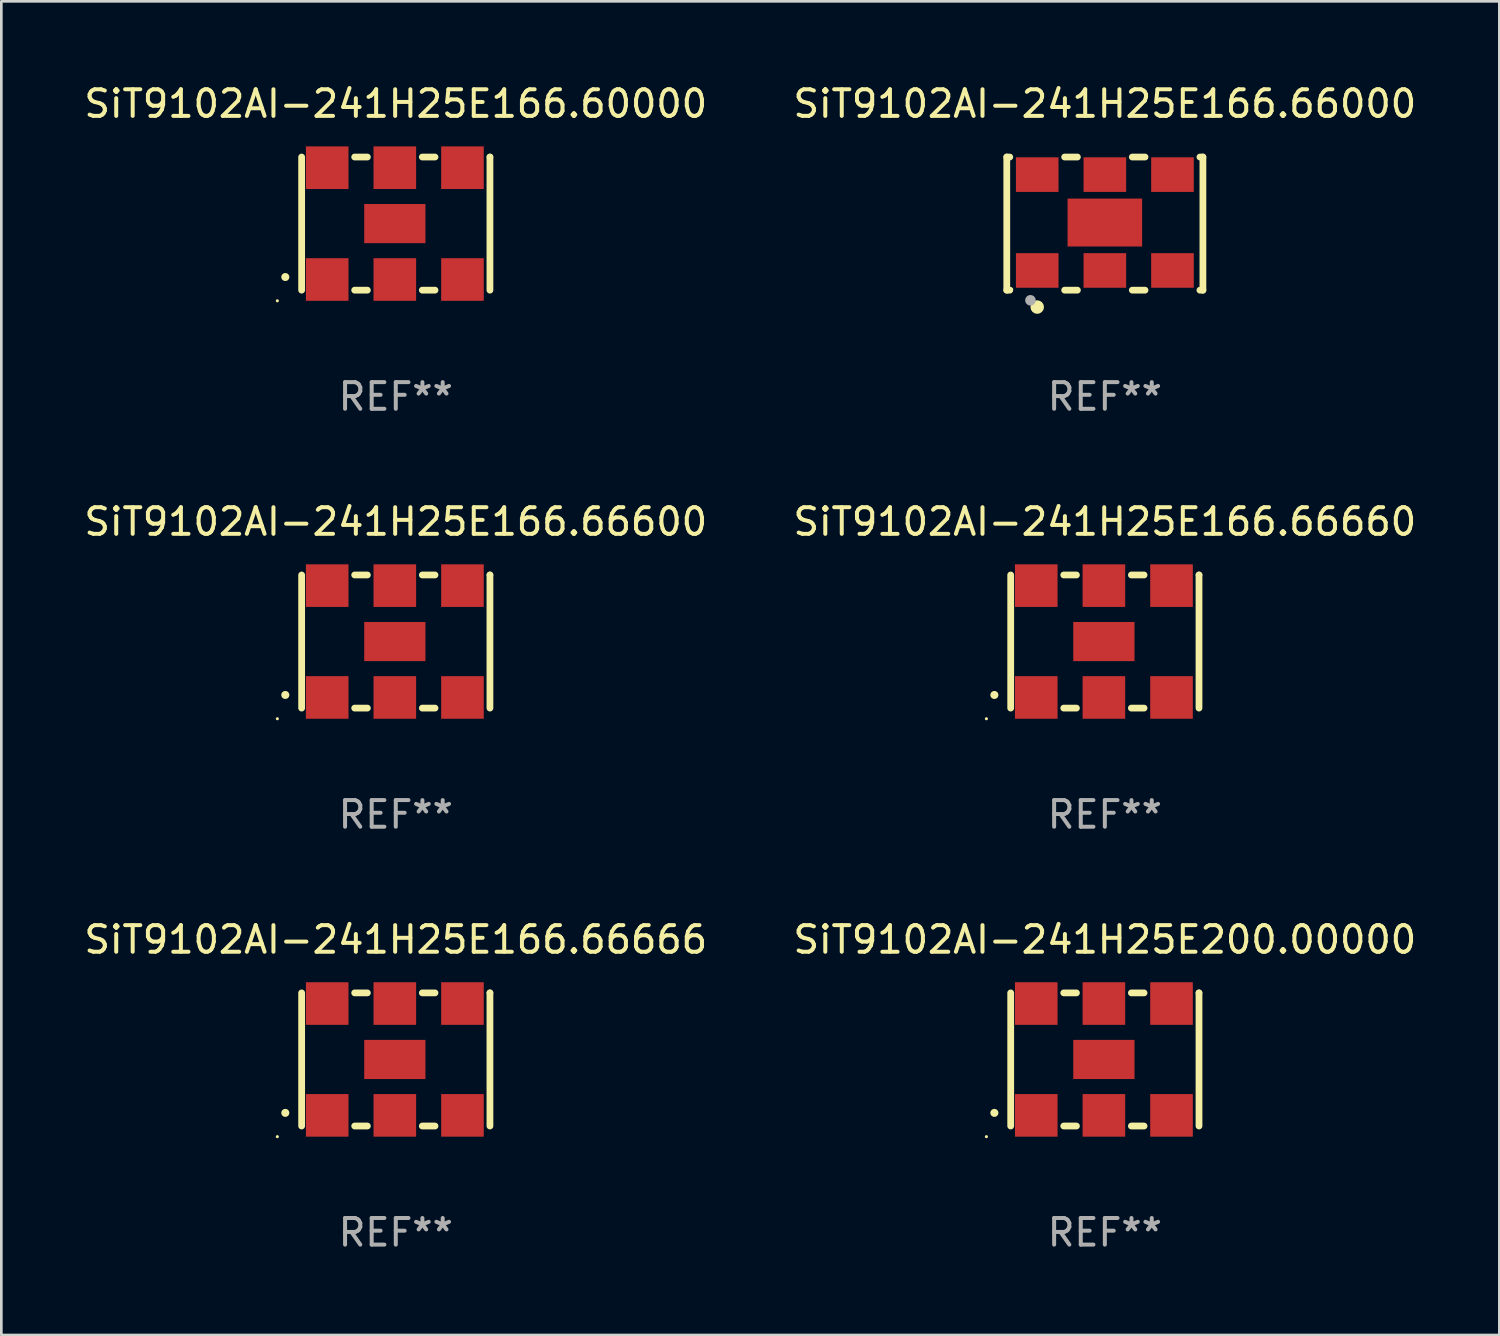
<source format=kicad_pcb>
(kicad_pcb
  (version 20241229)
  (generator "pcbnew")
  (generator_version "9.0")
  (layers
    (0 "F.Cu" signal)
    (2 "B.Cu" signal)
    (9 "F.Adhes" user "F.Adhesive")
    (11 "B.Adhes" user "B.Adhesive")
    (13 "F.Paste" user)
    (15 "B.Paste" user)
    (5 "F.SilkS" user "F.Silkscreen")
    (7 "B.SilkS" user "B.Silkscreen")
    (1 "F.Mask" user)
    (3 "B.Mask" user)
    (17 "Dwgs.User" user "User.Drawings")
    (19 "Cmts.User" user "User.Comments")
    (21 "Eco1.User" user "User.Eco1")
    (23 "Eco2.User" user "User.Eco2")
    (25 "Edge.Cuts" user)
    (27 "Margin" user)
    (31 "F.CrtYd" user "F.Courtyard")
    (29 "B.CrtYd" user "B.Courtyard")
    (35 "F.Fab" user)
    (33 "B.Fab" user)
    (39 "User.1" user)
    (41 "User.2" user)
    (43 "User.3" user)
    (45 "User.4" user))
  (footprint "SiT9102AI-241H25E166.66000"
    (layer "F.Cu")
    (at 38.446 5.348)
    (property "Reference" "SiT9102AI-241H25E166.66000" (at 0 -4.5 0) (layer "F.SilkS") (effects (font (size 1 1) (thickness 0.15))))
    (attr through_hole)
    (fp_line (start -3.683 -2.5) (end -3.571 -2.5) (stroke (width 0.254) (type solid)) (layer "F.SilkS"))
    (fp_line (start -3.683 2.5) (end -3.683 -2.5) (stroke (width 0.254) (type solid)) (layer "F.SilkS"))
    (fp_line (start -3.683 2.5) (end -3.571 2.5) (stroke (width 0.254) (type solid)) (layer "F.SilkS"))
    (fp_line (start -1.509 -2.5) (end -1.031 -2.5) (stroke (width 0.254) (type solid)) (layer "F.SilkS"))
    (fp_line (start -1.509 2.5) (end -1.031 2.5) (stroke (width 0.254) (type solid)) (layer "F.SilkS"))
    (fp_line (start 1.031 -2.5) (end 1.509 -2.5) (stroke (width 0.254) (type solid)) (layer "F.SilkS"))
    (fp_line (start 1.031 2.5) (end 1.509 2.5) (stroke (width 0.254) (type solid)) (layer "F.SilkS"))
    (fp_line (start 3.571 -2.5) (end 3.683 -2.5) (stroke (width 0.254) (type solid)) (layer "F.SilkS"))
    (fp_line (start 3.571 2.5) (end 3.683 2.5) (stroke (width 0.254) (type solid)) (layer "F.SilkS"))
    (fp_line (start 3.683 2.5) (end 3.683 -2.5) (stroke (width 0.254) (type solid)) (layer "F.SilkS"))
    (fp_circle (center -3.5 2.46) (end -3.47 2.46) (stroke (width 0.06) (type solid)) (fill no) (layer "F.SilkS"))
    (fp_circle (center -2.54 3.135) (end -2.413 3.135) (stroke (width 0.254) (type solid)) (fill no) (layer "F.SilkS"))
    (fp_circle (center -2.794 2.881) (end -2.694 2.881) (stroke (width 0.2) (type solid)) (fill no) (layer "F.Fab"))
    (fp_text user "REF**" (at 0 6.5 0) (layer "F.Fab") (effects (font (size 1 1) (thickness 0.15))))
    (pad "1" smd rect (at -2.54 1.76) (size 1.6 1.3) (layers "F.Cu" "F.Mask" "F.Paste"))
    (pad "2" smd rect (at 0 1.76) (size 1.6 1.3) (layers "F.Cu" "F.Mask" "F.Paste"))
    (pad "3" smd rect (at 2.54 1.76) (size 1.6 1.3) (layers "F.Cu" "F.Mask" "F.Paste"))
    (pad "4" smd rect (at 2.54 -1.84) (size 1.6 1.3) (layers "F.Cu" "F.Mask" "F.Paste"))
    (pad "5" smd rect (at 0 -1.84) (size 1.6 1.3) (layers "F.Cu" "F.Mask" "F.Paste"))
    (pad "6" smd rect (at -2.54 -1.84) (size 1.6 1.3) (layers "F.Cu" "F.Mask" "F.Paste"))
    (pad "7" smd rect (at 0 -0.04) (size 2.8 1.8) (layers "F.Cu" "F.Mask" "F.Paste")))
  (footprint "SiT9102AI-241H25E166.66600"
    (layer "F.Cu")
    (at 11.815 21.045)
    (property "Reference" "SiT9102AI-241H25E166.66600" (at 0 -4.5 0) (layer "F.SilkS") (effects (font (size 1 1) (thickness 0.15))))
    (attr through_hole)
    (fp_line (start -3.536 -2.5) (end -3.536 2.5) (stroke (width 0.254) (type solid)) (layer "F.SilkS"))
    (fp_line (start -1.544 2.5) (end -1.067 2.5) (stroke (width 0.254) (type solid)) (layer "F.SilkS"))
    (fp_line (start -1.067 -2.5) (end -1.544 -2.5) (stroke (width 0.254) (type solid)) (layer "F.SilkS"))
    (fp_line (start 0.996 2.5) (end 1.473 2.5) (stroke (width 0.254) (type solid)) (layer "F.SilkS"))
    (fp_line (start 1.473 -2.5) (end 0.996 -2.5) (stroke (width 0.254) (type solid)) (layer "F.SilkS"))
    (fp_line (start 3.536 -2.5) (end 3.536 -2.5) (stroke (width 0.254) (type solid)) (layer "F.SilkS"))
    (fp_line (start 3.536 2.5) (end 3.536 -2.5) (stroke (width 0.254) (type solid)) (layer "F.SilkS"))
    (fp_arc (start -4.150432 2.006604) (mid -4.149162 2.006599) (end -4.147892 2.006604) (stroke (width 0.3) (type solid)) (layer "F.SilkS"))
    (fp_circle (center -4.449 2.9) (end -4.419 2.9) (stroke (width 0.06) (type solid)) (fill no) (layer "F.SilkS"))
    (fp_text user "REF**" (at 0 6.5 0) (layer "F.Fab") (effects (font (size 1 1) (thickness 0.15))))
    (pad "1" smd rect (at -2.576 2.1) (size 1.6 1.6) (layers "F.Cu" "F.Mask" "F.Paste"))
    (pad "2" smd rect (at -0.036 2.1) (size 1.6 1.6) (layers "F.Cu" "F.Mask" "F.Paste"))
    (pad "3" smd rect (at 2.504 2.1) (size 1.6 1.6) (layers "F.Cu" "F.Mask" "F.Paste"))
    (pad "4" smd rect (at 2.504 -2.1) (size 1.6 1.6) (layers "F.Cu" "F.Mask" "F.Paste"))
    (pad "5" smd rect (at -0.036 -2.1) (size 1.6 1.6) (layers "F.Cu" "F.Mask" "F.Paste"))
    (pad "6" smd rect (at -2.576 -2.1) (size 1.6 1.6) (layers "F.Cu" "F.Mask" "F.Paste"))
    (pad "7" smd rect (at -0.036 0) (size 2.3 1.47) (layers "F.Cu" "F.Mask" "F.Paste")))
  (footprint "SiT9102AI-241H25E166.66660"
    (layer "F.Cu")
    (at 38.446 21.045)
    (property "Reference" "SiT9102AI-241H25E166.66660" (at 0 -4.5 0) (layer "F.SilkS") (effects (font (size 1 1) (thickness 0.15))))
    (attr through_hole)
    (fp_line (start -3.536 -2.5) (end -3.536 2.5) (stroke (width 0.254) (type solid)) (layer "F.SilkS"))
    (fp_line (start -1.544 2.5) (end -1.067 2.5) (stroke (width 0.254) (type solid)) (layer "F.SilkS"))
    (fp_line (start -1.067 -2.5) (end -1.544 -2.5) (stroke (width 0.254) (type solid)) (layer "F.SilkS"))
    (fp_line (start 0.996 2.5) (end 1.473 2.5) (stroke (width 0.254) (type solid)) (layer "F.SilkS"))
    (fp_line (start 1.473 -2.5) (end 0.996 -2.5) (stroke (width 0.254) (type solid)) (layer "F.SilkS"))
    (fp_line (start 3.536 -2.5) (end 3.536 -2.5) (stroke (width 0.254) (type solid)) (layer "F.SilkS"))
    (fp_line (start 3.536 2.5) (end 3.536 -2.5) (stroke (width 0.254) (type solid)) (layer "F.SilkS"))
    (fp_arc (start -4.150432 2.006604) (mid -4.149162 2.006599) (end -4.147892 2.006604) (stroke (width 0.3) (type solid)) (layer "F.SilkS"))
    (fp_circle (center -4.449 2.9) (end -4.419 2.9) (stroke (width 0.06) (type solid)) (fill no) (layer "F.SilkS"))
    (fp_text user "REF**" (at 0 6.5 0) (layer "F.Fab") (effects (font (size 1 1) (thickness 0.15))))
    (pad "1" smd rect (at -2.576 2.1) (size 1.6 1.6) (layers "F.Cu" "F.Mask" "F.Paste"))
    (pad "2" smd rect (at -0.036 2.1) (size 1.6 1.6) (layers "F.Cu" "F.Mask" "F.Paste"))
    (pad "3" smd rect (at 2.504 2.1) (size 1.6 1.6) (layers "F.Cu" "F.Mask" "F.Paste"))
    (pad "4" smd rect (at 2.504 -2.1) (size 1.6 1.6) (layers "F.Cu" "F.Mask" "F.Paste"))
    (pad "5" smd rect (at -0.036 -2.1) (size 1.6 1.6) (layers "F.Cu" "F.Mask" "F.Paste"))
    (pad "6" smd rect (at -2.576 -2.1) (size 1.6 1.6) (layers "F.Cu" "F.Mask" "F.Paste"))
    (pad "7" smd rect (at -0.036 0) (size 2.3 1.47) (layers "F.Cu" "F.Mask" "F.Paste")))
  (footprint "SiT9102AI-241H25E166.60000"
    (layer "F.Cu")
    (at 11.815 5.348)
    (property "Reference" "SiT9102AI-241H25E166.60000" (at 0 -4.5 0) (layer "F.SilkS") (effects (font (size 1 1) (thickness 0.15))))
    (attr through_hole)
    (fp_line (start -3.536 -2.5) (end -3.536 2.5) (stroke (width 0.254) (type solid)) (layer "F.SilkS"))
    (fp_line (start -1.544 2.5) (end -1.067 2.5) (stroke (width 0.254) (type solid)) (layer "F.SilkS"))
    (fp_line (start -1.067 -2.5) (end -1.544 -2.5) (stroke (width 0.254) (type solid)) (layer "F.SilkS"))
    (fp_line (start 0.996 2.5) (end 1.473 2.5) (stroke (width 0.254) (type solid)) (layer "F.SilkS"))
    (fp_line (start 1.473 -2.5) (end 0.996 -2.5) (stroke (width 0.254) (type solid)) (layer "F.SilkS"))
    (fp_line (start 3.536 -2.5) (end 3.536 -2.5) (stroke (width 0.254) (type solid)) (layer "F.SilkS"))
    (fp_line (start 3.536 2.5) (end 3.536 -2.5) (stroke (width 0.254) (type solid)) (layer "F.SilkS"))
    (fp_arc (start -4.150432 2.006604) (mid -4.149162 2.006599) (end -4.147892 2.006604) (stroke (width 0.3) (type solid)) (layer "F.SilkS"))
    (fp_circle (center -4.449 2.9) (end -4.419 2.9) (stroke (width 0.06) (type solid)) (fill no) (layer "F.SilkS"))
    (fp_text user "REF**" (at 0 6.5 0) (layer "F.Fab") (effects (font (size 1 1) (thickness 0.15))))
    (pad "1" smd rect (at -2.576 2.1) (size 1.6 1.6) (layers "F.Cu" "F.Mask" "F.Paste"))
    (pad "2" smd rect (at -0.036 2.1) (size 1.6 1.6) (layers "F.Cu" "F.Mask" "F.Paste"))
    (pad "3" smd rect (at 2.504 2.1) (size 1.6 1.6) (layers "F.Cu" "F.Mask" "F.Paste"))
    (pad "4" smd rect (at 2.504 -2.1) (size 1.6 1.6) (layers "F.Cu" "F.Mask" "F.Paste"))
    (pad "5" smd rect (at -0.036 -2.1) (size 1.6 1.6) (layers "F.Cu" "F.Mask" "F.Paste"))
    (pad "6" smd rect (at -2.576 -2.1) (size 1.6 1.6) (layers "F.Cu" "F.Mask" "F.Paste"))
    (pad "7" smd rect (at -0.036 0) (size 2.3 1.47) (layers "F.Cu" "F.Mask" "F.Paste")))
  (footprint "SiT9102AI-241H25E166.66666"
    (layer "F.Cu")
    (at 11.815 36.741)
    (property "Reference" "SiT9102AI-241H25E166.66666" (at 0 -4.5 0) (layer "F.SilkS") (effects (font (size 1 1) (thickness 0.15))))
    (attr through_hole)
    (fp_line (start -3.536 -2.5) (end -3.536 2.5) (stroke (width 0.254) (type solid)) (layer "F.SilkS"))
    (fp_line (start -1.544 2.5) (end -1.067 2.5) (stroke (width 0.254) (type solid)) (layer "F.SilkS"))
    (fp_line (start -1.067 -2.5) (end -1.544 -2.5) (stroke (width 0.254) (type solid)) (layer "F.SilkS"))
    (fp_line (start 0.996 2.5) (end 1.473 2.5) (stroke (width 0.254) (type solid)) (layer "F.SilkS"))
    (fp_line (start 1.473 -2.5) (end 0.996 -2.5) (stroke (width 0.254) (type solid)) (layer "F.SilkS"))
    (fp_line (start 3.536 -2.5) (end 3.536 -2.5) (stroke (width 0.254) (type solid)) (layer "F.SilkS"))
    (fp_line (start 3.536 2.5) (end 3.536 -2.5) (stroke (width 0.254) (type solid)) (layer "F.SilkS"))
    (fp_arc (start -4.150432 2.006604) (mid -4.149162 2.006599) (end -4.147892 2.006604) (stroke (width 0.3) (type solid)) (layer "F.SilkS"))
    (fp_circle (center -4.449 2.9) (end -4.419 2.9) (stroke (width 0.06) (type solid)) (fill no) (layer "F.SilkS"))
    (fp_text user "REF**" (at 0 6.5 0) (layer "F.Fab") (effects (font (size 1 1) (thickness 0.15))))
    (pad "1" smd rect (at -2.576 2.1) (size 1.6 1.6) (layers "F.Cu" "F.Mask" "F.Paste"))
    (pad "2" smd rect (at -0.036 2.1) (size 1.6 1.6) (layers "F.Cu" "F.Mask" "F.Paste"))
    (pad "3" smd rect (at 2.504 2.1) (size 1.6 1.6) (layers "F.Cu" "F.Mask" "F.Paste"))
    (pad "4" smd rect (at 2.504 -2.1) (size 1.6 1.6) (layers "F.Cu" "F.Mask" "F.Paste"))
    (pad "5" smd rect (at -0.036 -2.1) (size 1.6 1.6) (layers "F.Cu" "F.Mask" "F.Paste"))
    (pad "6" smd rect (at -2.576 -2.1) (size 1.6 1.6) (layers "F.Cu" "F.Mask" "F.Paste"))
    (pad "7" smd rect (at -0.036 0) (size 2.3 1.47) (layers "F.Cu" "F.Mask" "F.Paste")))
  (footprint "SiT9102AI-241H25E200.00000"
    (layer "F.Cu")
    (at 38.446 36.741)
    (property "Reference" "SiT9102AI-241H25E200.00000" (at 0 -4.5 0) (layer "F.SilkS") (effects (font (size 1 1) (thickness 0.15))))
    (attr through_hole)
    (fp_line (start -3.536 -2.5) (end -3.536 2.5) (stroke (width 0.254) (type solid)) (layer "F.SilkS"))
    (fp_line (start -1.544 2.5) (end -1.067 2.5) (stroke (width 0.254) (type solid)) (layer "F.SilkS"))
    (fp_line (start -1.067 -2.5) (end -1.544 -2.5) (stroke (width 0.254) (type solid)) (layer "F.SilkS"))
    (fp_line (start 0.996 2.5) (end 1.473 2.5) (stroke (width 0.254) (type solid)) (layer "F.SilkS"))
    (fp_line (start 1.473 -2.5) (end 0.996 -2.5) (stroke (width 0.254) (type solid)) (layer "F.SilkS"))
    (fp_line (start 3.536 -2.5) (end 3.536 -2.5) (stroke (width 0.254) (type solid)) (layer "F.SilkS"))
    (fp_line (start 3.536 2.5) (end 3.536 -2.5) (stroke (width 0.254) (type solid)) (layer "F.SilkS"))
    (fp_arc (start -4.150432 2.006604) (mid -4.149162 2.006599) (end -4.147892 2.006604) (stroke (width 0.3) (type solid)) (layer "F.SilkS"))
    (fp_circle (center -4.449 2.9) (end -4.419 2.9) (stroke (width 0.06) (type solid)) (fill no) (layer "F.SilkS"))
    (fp_text user "REF**" (at 0 6.5 0) (layer "F.Fab") (effects (font (size 1 1) (thickness 0.15))))
    (pad "1" smd rect (at -2.576 2.1) (size 1.6 1.6) (layers "F.Cu" "F.Mask" "F.Paste"))
    (pad "2" smd rect (at -0.036 2.1) (size 1.6 1.6) (layers "F.Cu" "F.Mask" "F.Paste"))
    (pad "3" smd rect (at 2.504 2.1) (size 1.6 1.6) (layers "F.Cu" "F.Mask" "F.Paste"))
    (pad "4" smd rect (at 2.504 -2.1) (size 1.6 1.6) (layers "F.Cu" "F.Mask" "F.Paste"))
    (pad "5" smd rect (at -0.036 -2.1) (size 1.6 1.6) (layers "F.Cu" "F.Mask" "F.Paste"))
    (pad "6" smd rect (at -2.576 -2.1) (size 1.6 1.6) (layers "F.Cu" "F.Mask" "F.Paste"))
    (pad "7" smd rect (at -0.036 0) (size 2.3 1.47) (layers "F.Cu" "F.Mask" "F.Paste")))
  (gr_rect
    (start -3 -3)
    (end 53.262 47.09)
    (stroke (width 0.1) (type default))
    (fill no)
    (layer "Edge.Cuts")))
</source>
